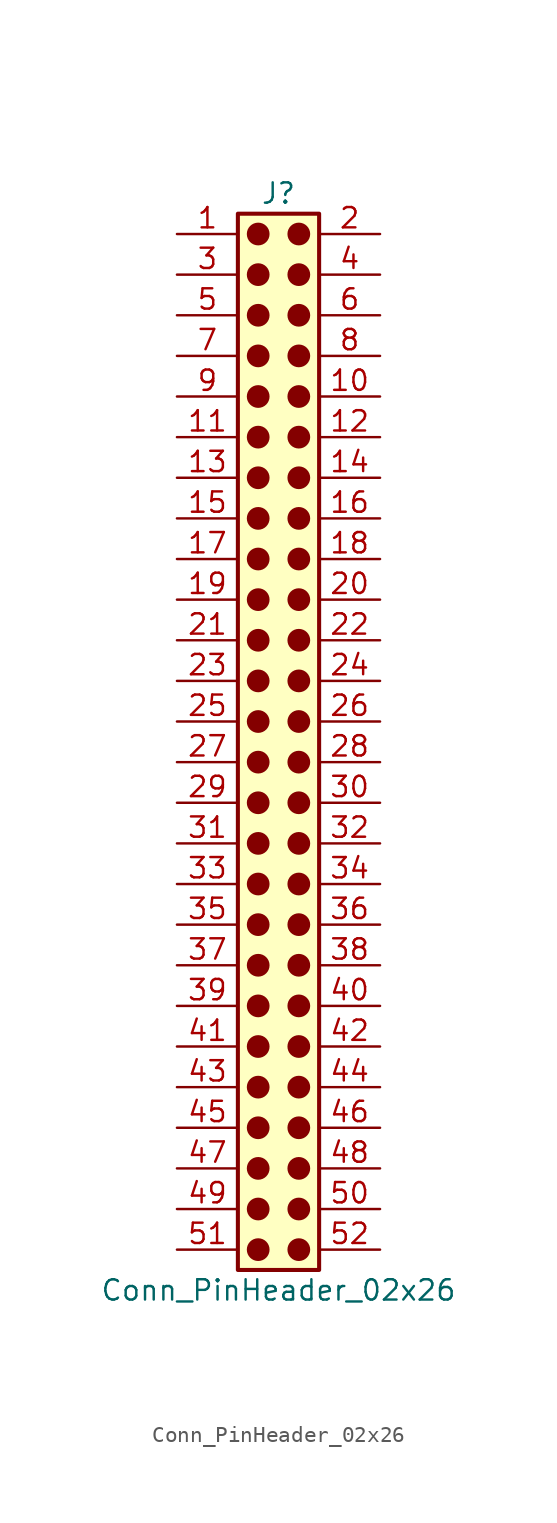
<source format=kicad_sym>
(kicad_symbol_lib
  (version 20241209)
  (generator "kicad_symbol_editor")
  (generator_version "9.0")
  (symbol "Conn_PinHeader_02x26"
    (pin_names
      (offset 1.016)
      (hide yes))
    (property "Reference" "J"
      (at 1.27 33.02 0)
      (effects (font (size 1.27 1.27))))
    (property "Value" "Conn_PinHeader_02x26"
      (at 1.27 -35.56 0)
      (effects (font (size 1.27 1.27))))
    (symbol "Conn_PinHeader_02x26_1_1"
      (rectangle (start -1.27 31.75) (end 3.81 -34.29) (stroke (width 0.254) (type default)) (fill (type background)))
      (circle (center 0 30.48) (radius 0.635) (stroke (width 0) (type solid) (color 132 0 0 1)) (fill (type outline)))
      (circle (center 0 27.94) (radius 0.635) (stroke (width 0) (type solid) (color 132 0 0 1)) (fill (type outline)))
      (circle (center 0 25.4) (radius 0.635) (stroke (width 0) (type solid) (color 132 0 0 1)) (fill (type outline)))
      (circle (center 0 22.86) (radius 0.635) (stroke (width 0) (type solid) (color 132 0 0 1)) (fill (type outline)))
      (circle (center 0 20.32) (radius 0.635) (stroke (width 0) (type solid) (color 132 0 0 1)) (fill (type outline)))
      (circle (center 0 17.78) (radius 0.635) (stroke (width 0) (type solid) (color 132 0 0 1)) (fill (type outline)))
      (circle (center 0 15.24) (radius 0.635) (stroke (width 0) (type solid) (color 132 0 0 1)) (fill (type outline)))
      (circle (center 0 12.7) (radius 0.635) (stroke (width 0) (type solid) (color 132 0 0 1)) (fill (type outline)))
      (circle (center 0 10.16) (radius 0.635) (stroke (width 0) (type solid) (color 132 0 0 1)) (fill (type outline)))
      (circle (center 0 7.62) (radius 0.635) (stroke (width 0) (type solid) (color 132 0 0 1)) (fill (type outline)))
      (circle (center 0 5.08) (radius 0.635) (stroke (width 0) (type solid) (color 132 0 0 1)) (fill (type outline)))
      (circle (center 0 2.54) (radius 0.635) (stroke (width 0) (type solid) (color 132 0 0 1)) (fill (type outline)))
      (circle (center 0 0) (radius 0.635) (stroke (width 0) (type solid) (color 132 0 0 1)) (fill (type outline)))
      (circle (center 0 -2.54) (radius 0.635) (stroke (width 0) (type solid) (color 132 0 0 1)) (fill (type outline)))
      (circle (center 0 -5.08) (radius 0.635) (stroke (width 0) (type solid) (color 132 0 0 1)) (fill (type outline)))
      (circle (center 0 -7.62) (radius 0.635) (stroke (width 0) (type solid) (color 132 0 0 1)) (fill (type outline)))
      (circle (center 0 -10.16) (radius 0.635) (stroke (width 0) (type solid) (color 132 0 0 1)) (fill (type outline)))
      (circle (center 0 -12.7) (radius 0.635) (stroke (width 0) (type solid) (color 132 0 0 1)) (fill (type outline)))
      (circle (center 0 -15.24) (radius 0.635) (stroke (width 0) (type solid) (color 132 0 0 1)) (fill (type outline)))
      (circle (center 0 -17.78) (radius 0.635) (stroke (width 0) (type solid) (color 132 0 0 1)) (fill (type outline)))
      (circle (center 0 -20.32) (radius 0.635) (stroke (width 0) (type solid) (color 132 0 0 1)) (fill (type outline)))
      (circle (center 0 -22.86) (radius 0.635) (stroke (width 0) (type solid) (color 132 0 0 1)) (fill (type outline)))
      (circle (center 0 -25.4) (radius 0.635) (stroke (width 0) (type solid) (color 132 0 0 1)) (fill (type outline)))
      (circle (center 0 -27.94) (radius 0.635) (stroke (width 0) (type solid) (color 132 0 0 1)) (fill (type outline)))
      (circle (center 0 -30.48) (radius 0.635) (stroke (width 0) (type solid) (color 132 0 0 1)) (fill (type outline)))
      (circle (center 0 -33.02) (radius 0.635) (stroke (width 0) (type solid) (color 132 0 0 1)) (fill (type outline)))
      (circle (center 2.54 30.48) (radius 0.635) (stroke (width 0) (type solid) (color 132 0 0 1)) (fill (type outline)))
      (circle (center 2.54 27.94) (radius 0.635) (stroke (width 0) (type solid) (color 132 0 0 1)) (fill (type outline)))
      (circle (center 2.54 25.4) (radius 0.635) (stroke (width 0) (type solid) (color 132 0 0 1)) (fill (type outline)))
      (circle (center 2.54 22.86) (radius 0.635) (stroke (width 0) (type solid) (color 132 0 0 1)) (fill (type outline)))
      (circle (center 2.54 20.32) (radius 0.635) (stroke (width 0) (type solid) (color 132 0 0 1)) (fill (type outline)))
      (circle (center 2.54 17.78) (radius 0.635) (stroke (width 0) (type solid) (color 132 0 0 1)) (fill (type outline)))
      (circle (center 2.54 15.24) (radius 0.635) (stroke (width 0) (type solid) (color 132 0 0 1)) (fill (type outline)))
      (circle (center 2.54 12.7) (radius 0.635) (stroke (width 0) (type solid) (color 132 0 0 1)) (fill (type outline)))
      (circle (center 2.54 10.16) (radius 0.635) (stroke (width 0) (type solid) (color 132 0 0 1)) (fill (type outline)))
      (circle (center 2.54 7.62) (radius 0.635) (stroke (width 0) (type solid) (color 132 0 0 1)) (fill (type outline)))
      (circle (center 2.54 5.08) (radius 0.635) (stroke (width 0) (type solid) (color 132 0 0 1)) (fill (type outline)))
      (circle (center 2.54 2.54) (radius 0.635) (stroke (width 0) (type solid) (color 132 0 0 1)) (fill (type outline)))
      (circle (center 2.54 0) (radius 0.635) (stroke (width 0) (type solid) (color 132 0 0 1)) (fill (type outline)))
      (circle (center 2.54 -2.54) (radius 0.635) (stroke (width 0) (type solid) (color 132 0 0 1)) (fill (type outline)))
      (circle (center 2.54 -5.08) (radius 0.635) (stroke (width 0) (type solid) (color 132 0 0 1)) (fill (type outline)))
      (circle (center 2.54 -7.62) (radius 0.635) (stroke (width 0) (type solid) (color 132 0 0 1)) (fill (type outline)))
      (circle (center 2.54 -10.16) (radius 0.635) (stroke (width 0) (type solid) (color 132 0 0 1)) (fill (type outline)))
      (circle (center 2.54 -12.7) (radius 0.635) (stroke (width 0) (type solid) (color 132 0 0 1)) (fill (type outline)))
      (circle (center 2.54 -15.24) (radius 0.635) (stroke (width 0) (type solid) (color 132 0 0 1)) (fill (type outline)))
      (circle (center 2.54 -17.78) (radius 0.635) (stroke (width 0) (type solid) (color 132 0 0 1)) (fill (type outline)))
      (circle (center 2.54 -20.32) (radius 0.635) (stroke (width 0) (type solid) (color 132 0 0 1)) (fill (type outline)))
      (circle (center 2.54 -22.86) (radius 0.635) (stroke (width 0) (type solid) (color 132 0 0 1)) (fill (type outline)))
      (circle (center 2.54 -25.4) (radius 0.635) (stroke (width 0) (type solid) (color 132 0 0 1)) (fill (type outline)))
      (circle (center 2.54 -27.94) (radius 0.635) (stroke (width 0) (type solid) (color 132 0 0 1)) (fill (type outline)))
      (circle (center 2.54 -30.48) (radius 0.635) (stroke (width 0) (type solid) (color 132 0 0 1)) (fill (type outline)))
      (circle (center 2.54 -33.02) (radius 0.635) (stroke (width 0) (type solid) (color 132 0 0 1)) (fill (type outline)))
      (pin passive line (at -5.08 30.48 0) (length 3.81) (name "Pin_1" (effects (font (size 1.27 1.27)))) (number "1" (effects (font (size 1.27 1.27)))))
      (pin passive line (at -5.08 27.94 0) (length 3.81) (name "Pin_3" (effects (font (size 1.27 1.27)))) (number "3" (effects (font (size 1.27 1.27)))))
      (pin passive line (at -5.08 25.4 0) (length 3.81) (name "Pin_5" (effects (font (size 1.27 1.27)))) (number "5" (effects (font (size 1.27 1.27)))))
      (pin passive line (at -5.08 22.86 0) (length 3.81) (name "Pin_7" (effects (font (size 1.27 1.27)))) (number "7" (effects (font (size 1.27 1.27)))))
      (pin passive line (at -5.08 20.32 0) (length 3.81) (name "Pin_9" (effects (font (size 1.27 1.27)))) (number "9" (effects (font (size 1.27 1.27)))))
      (pin passive line (at -5.08 17.78 0) (length 3.81) (name "Pin_11" (effects (font (size 1.27 1.27)))) (number "11" (effects (font (size 1.27 1.27)))))
      (pin passive line (at -5.08 15.24 0) (length 3.81) (name "Pin_13" (effects (font (size 1.27 1.27)))) (number "13" (effects (font (size 1.27 1.27)))))
      (pin passive line (at -5.08 12.7 0) (length 3.81) (name "Pin_15" (effects (font (size 1.27 1.27)))) (number "15" (effects (font (size 1.27 1.27)))))
      (pin passive line (at -5.08 10.16 0) (length 3.81) (name "Pin_17" (effects (font (size 1.27 1.27)))) (number "17" (effects (font (size 1.27 1.27)))))
      (pin passive line (at -5.08 7.62 0) (length 3.81) (name "Pin_19" (effects (font (size 1.27 1.27)))) (number "19" (effects (font (size 1.27 1.27)))))
      (pin passive line (at -5.08 5.08 0) (length 3.81) (name "Pin_21" (effects (font (size 1.27 1.27)))) (number "21" (effects (font (size 1.27 1.27)))))
      (pin passive line (at -5.08 2.54 0) (length 3.81) (name "Pin_23" (effects (font (size 1.27 1.27)))) (number "23" (effects (font (size 1.27 1.27)))))
      (pin passive line (at -5.08 0 0) (length 3.81) (name "Pin_25" (effects (font (size 1.27 1.27)))) (number "25" (effects (font (size 1.27 1.27)))))
      (pin passive line (at -5.08 -2.54 0) (length 3.81) (name "Pin_27" (effects (font (size 1.27 1.27)))) (number "27" (effects (font (size 1.27 1.27)))))
      (pin passive line (at -5.08 -5.08 0) (length 3.81) (name "Pin_29" (effects (font (size 1.27 1.27)))) (number "29" (effects (font (size 1.27 1.27)))))
      (pin passive line (at -5.08 -7.62 0) (length 3.81) (name "Pin_31" (effects (font (size 1.27 1.27)))) (number "31" (effects (font (size 1.27 1.27)))))
      (pin passive line (at -5.08 -10.16 0) (length 3.81) (name "Pin_33" (effects (font (size 1.27 1.27)))) (number "33" (effects (font (size 1.27 1.27)))))
      (pin passive line (at -5.08 -12.7 0) (length 3.81) (name "Pin_35" (effects (font (size 1.27 1.27)))) (number "35" (effects (font (size 1.27 1.27)))))
      (pin passive line (at -5.08 -15.24 0) (length 3.81) (name "Pin_37" (effects (font (size 1.27 1.27)))) (number "37" (effects (font (size 1.27 1.27)))))
      (pin passive line (at -5.08 -17.78 0) (length 3.81) (name "Pin_39" (effects (font (size 1.27 1.27)))) (number "39" (effects (font (size 1.27 1.27)))))
      (pin passive line (at -5.08 -20.32 0) (length 3.81) (name "Pin_41" (effects (font (size 1.27 1.27)))) (number "41" (effects (font (size 1.27 1.27)))))
      (pin passive line (at -5.08 -22.86 0) (length 3.81) (name "Pin_43" (effects (font (size 1.27 1.27)))) (number "43" (effects (font (size 1.27 1.27)))))
      (pin passive line (at -5.08 -25.4 0) (length 3.81) (name "Pin_45" (effects (font (size 1.27 1.27)))) (number "45" (effects (font (size 1.27 1.27)))))
      (pin passive line (at -5.08 -27.94 0) (length 3.81) (name "Pin_47" (effects (font (size 1.27 1.27)))) (number "47" (effects (font (size 1.27 1.27)))))
      (pin passive line (at -5.08 -30.48 0) (length 3.81) (name "Pin_49" (effects (font (size 1.27 1.27)))) (number "49" (effects (font (size 1.27 1.27)))))
      (pin passive line (at -5.08 -33.02 0) (length 3.81) (name "Pin_51" (effects (font (size 1.27 1.27)))) (number "51" (effects (font (size 1.27 1.27)))))
      (pin passive line (at 7.62 30.48 180) (length 3.81) (name "Pin_2" (effects (font (size 1.27 1.27)))) (number "2" (effects (font (size 1.27 1.27)))))
      (pin passive line (at 7.62 27.94 180) (length 3.81) (name "Pin_4" (effects (font (size 1.27 1.27)))) (number "4" (effects (font (size 1.27 1.27)))))
      (pin passive line (at 7.62 25.4 180) (length 3.81) (name "Pin_6" (effects (font (size 1.27 1.27)))) (number "6" (effects (font (size 1.27 1.27)))))
      (pin passive line (at 7.62 22.86 180) (length 3.81) (name "Pin_8" (effects (font (size 1.27 1.27)))) (number "8" (effects (font (size 1.27 1.27)))))
      (pin passive line (at 7.62 20.32 180) (length 3.81) (name "Pin_10" (effects (font (size 1.27 1.27)))) (number "10" (effects (font (size 1.27 1.27)))))
      (pin passive line (at 7.62 17.78 180) (length 3.81) (name "Pin_12" (effects (font (size 1.27 1.27)))) (number "12" (effects (font (size 1.27 1.27)))))
      (pin passive line (at 7.62 15.24 180) (length 3.81) (name "Pin_14" (effects (font (size 1.27 1.27)))) (number "14" (effects (font (size 1.27 1.27)))))
      (pin passive line (at 7.62 12.7 180) (length 3.81) (name "Pin_16" (effects (font (size 1.27 1.27)))) (number "16" (effects (font (size 1.27 1.27)))))
      (pin passive line (at 7.62 10.16 180) (length 3.81) (name "Pin_18" (effects (font (size 1.27 1.27)))) (number "18" (effects (font (size 1.27 1.27)))))
      (pin passive line (at 7.62 7.62 180) (length 3.81) (name "Pin_20" (effects (font (size 1.27 1.27)))) (number "20" (effects (font (size 1.27 1.27)))))
      (pin passive line (at 7.62 5.08 180) (length 3.81) (name "Pin_22" (effects (font (size 1.27 1.27)))) (number "22" (effects (font (size 1.27 1.27)))))
      (pin passive line (at 7.62 2.54 180) (length 3.81) (name "Pin_24" (effects (font (size 1.27 1.27)))) (number "24" (effects (font (size 1.27 1.27)))))
      (pin passive line (at 7.62 0 180) (length 3.81) (name "Pin_26" (effects (font (size 1.27 1.27)))) (number "26" (effects (font (size 1.27 1.27)))))
      (pin passive line (at 7.62 -2.54 180) (length 3.81) (name "Pin_28" (effects (font (size 1.27 1.27)))) (number "28" (effects (font (size 1.27 1.27)))))
      (pin passive line (at 7.62 -5.08 180) (length 3.81) (name "Pin_30" (effects (font (size 1.27 1.27)))) (number "30" (effects (font (size 1.27 1.27)))))
      (pin passive line (at 7.62 -7.62 180) (length 3.81) (name "Pin_32" (effects (font (size 1.27 1.27)))) (number "32" (effects (font (size 1.27 1.27)))))
      (pin passive line (at 7.62 -10.16 180) (length 3.81) (name "Pin_34" (effects (font (size 1.27 1.27)))) (number "34" (effects (font (size 1.27 1.27)))))
      (pin passive line (at 7.62 -12.7 180) (length 3.81) (name "Pin_36" (effects (font (size 1.27 1.27)))) (number "36" (effects (font (size 1.27 1.27)))))
      (pin passive line (at 7.62 -15.24 180) (length 3.81) (name "Pin_38" (effects (font (size 1.27 1.27)))) (number "38" (effects (font (size 1.27 1.27)))))
      (pin passive line (at 7.62 -17.78 180) (length 3.81) (name "Pin_40" (effects (font (size 1.27 1.27)))) (number "40" (effects (font (size 1.27 1.27)))))
      (pin passive line (at 7.62 -20.32 180) (length 3.81) (name "Pin_42" (effects (font (size 1.27 1.27)))) (number "42" (effects (font (size 1.27 1.27)))))
      (pin passive line (at 7.62 -22.86 180) (length 3.81) (name "Pin_44" (effects (font (size 1.27 1.27)))) (number "44" (effects (font (size 1.27 1.27)))))
      (pin passive line (at 7.62 -25.4 180) (length 3.81) (name "Pin_46" (effects (font (size 1.27 1.27)))) (number "46" (effects (font (size 1.27 1.27)))))
      (pin passive line (at 7.62 -27.94 180) (length 3.81) (name "Pin_48" (effects (font (size 1.27 1.27)))) (number "48" (effects (font (size 1.27 1.27)))))
      (pin passive line (at 7.62 -30.48 180) (length 3.81) (name "Pin_50" (effects (font (size 1.27 1.27)))) (number "50" (effects (font (size 1.27 1.27)))))
      (pin passive line (at 7.62 -33.02 180) (length 3.81) (name "Pin_52" (effects (font (size 1.27 1.27)))) (number "52" (effects (font (size 1.27 1.27))))))))
</source>
